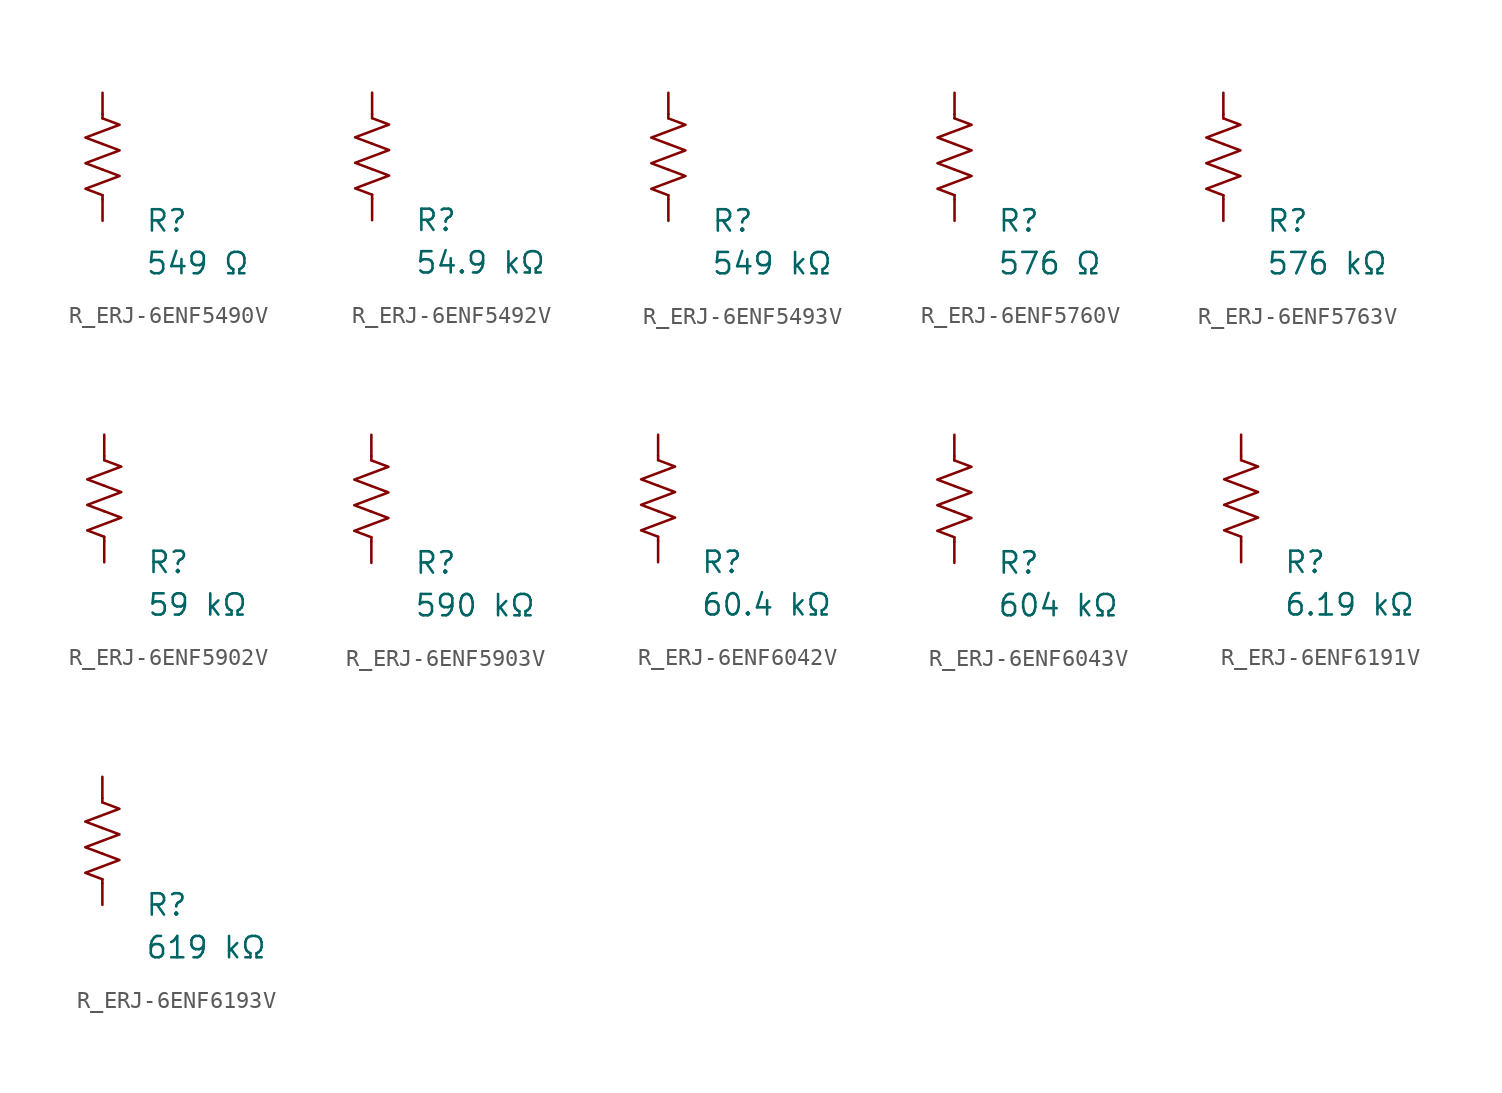
<source format=kicad_sym>
(kicad_symbol_lib
  (version 20231120)
  (generator "kicad_symbol_editor")
  (generator_version "8.0")
  (symbol "R_ERJ-6ENF5490V"
    (pin_numbers hide)
    (pin_names
      (offset 0))
    (property "Reference" "R"
      (at 2.54 -3.81 0)
      (effects (font (size 1.27 1.27)) (justify left))
      (show_name no))
    (property "Value" "549 Ω"
      (at 2.54 -6.35 0)
      (effects (font (size 1.27 1.27)) (justify left))
      (show_name no))
    (symbol "R_ERJ-6ENF5490V_0_1"
      (polyline (pts (xy 0 -2.286) (xy 0 -2.54)) (stroke (width 0) (type default)) (fill (type none)))
      (polyline (pts (xy 0 2.286) (xy 0 2.54)) (stroke (width 0) (type default)) (fill (type none)))
      (polyline (pts (xy 0 -0.762) (xy 1.016 -1.143) (xy 0 -1.524) (xy -1.016 -1.905) (xy 0 -2.286)) (stroke (width 0) (type default)) (fill (type none)))
      (polyline (pts (xy 0 0.762) (xy 1.016 0.381) (xy 0 0) (xy -1.016 -0.381) (xy 0 -0.762)) (stroke (width 0) (type default)) (fill (type none)))
      (polyline (pts (xy 0 2.286) (xy 1.016 1.905) (xy 0 1.524) (xy -1.016 1.143) (xy 0 0.762)) (stroke (width 0) (type default)) (fill (type none))))
    (symbol "R_ERJ-6ENF5490V_1_1"
      (pin passive line (at 0 3.81 270) (length 1.27) (name "~" (effects (font (size 1.27 1.27)))) (number "1" (effects (font (size 1.27 1.27)))))
      (pin passive line (at 0 -3.81 90) (length 1.27) (name "~" (effects (font (size 1.27 1.27)))) (number "2" (effects (font (size 1.27 1.27)))))))
  (symbol "R_ERJ-6ENF5492V"
    (pin_numbers hide)
    (pin_names
      (offset 0))
    (property "Reference" "R"
      (at 2.54 -3.81 0)
      (effects (font (size 1.27 1.27)) (justify left))
      (show_name no))
    (property "Value" "54.9 kΩ"
      (at 2.54 -6.35 0)
      (effects (font (size 1.27 1.27)) (justify left))
      (show_name no))
    (symbol "R_ERJ-6ENF5492V_0_1"
      (polyline (pts (xy 0 -2.286) (xy 0 -2.54)) (stroke (width 0) (type default)) (fill (type none)))
      (polyline (pts (xy 0 2.286) (xy 0 2.54)) (stroke (width 0) (type default)) (fill (type none)))
      (polyline (pts (xy 0 -0.762) (xy 1.016 -1.143) (xy 0 -1.524) (xy -1.016 -1.905) (xy 0 -2.286)) (stroke (width 0) (type default)) (fill (type none)))
      (polyline (pts (xy 0 0.762) (xy 1.016 0.381) (xy 0 0) (xy -1.016 -0.381) (xy 0 -0.762)) (stroke (width 0) (type default)) (fill (type none)))
      (polyline (pts (xy 0 2.286) (xy 1.016 1.905) (xy 0 1.524) (xy -1.016 1.143) (xy 0 0.762)) (stroke (width 0) (type default)) (fill (type none))))
    (symbol "R_ERJ-6ENF5492V_1_1"
      (pin passive line (at 0 3.81 270) (length 1.27) (name "~" (effects (font (size 1.27 1.27)))) (number "1" (effects (font (size 1.27 1.27)))))
      (pin passive line (at 0 -3.81 90) (length 1.27) (name "~" (effects (font (size 1.27 1.27)))) (number "2" (effects (font (size 1.27 1.27)))))))
  (symbol "R_ERJ-6ENF5493V"
    (pin_numbers hide)
    (pin_names
      (offset 0))
    (property "Reference" "R"
      (at 2.54 -3.81 0)
      (effects (font (size 1.27 1.27)) (justify left))
      (show_name no))
    (property "Value" "549 kΩ"
      (at 2.54 -6.35 0)
      (effects (font (size 1.27 1.27)) (justify left))
      (show_name no))
    (symbol "R_ERJ-6ENF5493V_0_1"
      (polyline (pts (xy 0 -2.286) (xy 0 -2.54)) (stroke (width 0) (type default)) (fill (type none)))
      (polyline (pts (xy 0 2.286) (xy 0 2.54)) (stroke (width 0) (type default)) (fill (type none)))
      (polyline (pts (xy 0 -0.762) (xy 1.016 -1.143) (xy 0 -1.524) (xy -1.016 -1.905) (xy 0 -2.286)) (stroke (width 0) (type default)) (fill (type none)))
      (polyline (pts (xy 0 0.762) (xy 1.016 0.381) (xy 0 0) (xy -1.016 -0.381) (xy 0 -0.762)) (stroke (width 0) (type default)) (fill (type none)))
      (polyline (pts (xy 0 2.286) (xy 1.016 1.905) (xy 0 1.524) (xy -1.016 1.143) (xy 0 0.762)) (stroke (width 0) (type default)) (fill (type none))))
    (symbol "R_ERJ-6ENF5493V_1_1"
      (pin passive line (at 0 3.81 270) (length 1.27) (name "~" (effects (font (size 1.27 1.27)))) (number "1" (effects (font (size 1.27 1.27)))))
      (pin passive line (at 0 -3.81 90) (length 1.27) (name "~" (effects (font (size 1.27 1.27)))) (number "2" (effects (font (size 1.27 1.27)))))))
  (symbol "R_ERJ-6ENF5760V"
    (pin_numbers hide)
    (pin_names
      (offset 0))
    (property "Reference" "R"
      (at 2.54 -3.81 0)
      (effects (font (size 1.27 1.27)) (justify left))
      (show_name no))
    (property "Value" "576 Ω"
      (at 2.54 -6.35 0)
      (effects (font (size 1.27 1.27)) (justify left))
      (show_name no))
    (symbol "R_ERJ-6ENF5760V_0_1"
      (polyline (pts (xy 0 -2.286) (xy 0 -2.54)) (stroke (width 0) (type default)) (fill (type none)))
      (polyline (pts (xy 0 2.286) (xy 0 2.54)) (stroke (width 0) (type default)) (fill (type none)))
      (polyline (pts (xy 0 -0.762) (xy 1.016 -1.143) (xy 0 -1.524) (xy -1.016 -1.905) (xy 0 -2.286)) (stroke (width 0) (type default)) (fill (type none)))
      (polyline (pts (xy 0 0.762) (xy 1.016 0.381) (xy 0 0) (xy -1.016 -0.381) (xy 0 -0.762)) (stroke (width 0) (type default)) (fill (type none)))
      (polyline (pts (xy 0 2.286) (xy 1.016 1.905) (xy 0 1.524) (xy -1.016 1.143) (xy 0 0.762)) (stroke (width 0) (type default)) (fill (type none))))
    (symbol "R_ERJ-6ENF5760V_1_1"
      (pin passive line (at 0 3.81 270) (length 1.27) (name "~" (effects (font (size 1.27 1.27)))) (number "1" (effects (font (size 1.27 1.27)))))
      (pin passive line (at 0 -3.81 90) (length 1.27) (name "~" (effects (font (size 1.27 1.27)))) (number "2" (effects (font (size 1.27 1.27)))))))
  (symbol "R_ERJ-6ENF5763V"
    (pin_numbers hide)
    (pin_names
      (offset 0))
    (property "Reference" "R"
      (at 2.54 -3.81 0)
      (effects (font (size 1.27 1.27)) (justify left))
      (show_name no))
    (property "Value" "576 kΩ"
      (at 2.54 -6.35 0)
      (effects (font (size 1.27 1.27)) (justify left))
      (show_name no))
    (symbol "R_ERJ-6ENF5763V_0_1"
      (polyline (pts (xy 0 -2.286) (xy 0 -2.54)) (stroke (width 0) (type default)) (fill (type none)))
      (polyline (pts (xy 0 2.286) (xy 0 2.54)) (stroke (width 0) (type default)) (fill (type none)))
      (polyline (pts (xy 0 -0.762) (xy 1.016 -1.143) (xy 0 -1.524) (xy -1.016 -1.905) (xy 0 -2.286)) (stroke (width 0) (type default)) (fill (type none)))
      (polyline (pts (xy 0 0.762) (xy 1.016 0.381) (xy 0 0) (xy -1.016 -0.381) (xy 0 -0.762)) (stroke (width 0) (type default)) (fill (type none)))
      (polyline (pts (xy 0 2.286) (xy 1.016 1.905) (xy 0 1.524) (xy -1.016 1.143) (xy 0 0.762)) (stroke (width 0) (type default)) (fill (type none))))
    (symbol "R_ERJ-6ENF5763V_1_1"
      (pin passive line (at 0 3.81 270) (length 1.27) (name "~" (effects (font (size 1.27 1.27)))) (number "1" (effects (font (size 1.27 1.27)))))
      (pin passive line (at 0 -3.81 90) (length 1.27) (name "~" (effects (font (size 1.27 1.27)))) (number "2" (effects (font (size 1.27 1.27)))))))
  (symbol "R_ERJ-6ENF5902V"
    (pin_numbers hide)
    (pin_names
      (offset 0))
    (property "Reference" "R"
      (at 2.54 -3.81 0)
      (effects (font (size 1.27 1.27)) (justify left))
      (show_name no))
    (property "Value" "59 kΩ"
      (at 2.54 -6.35 0)
      (effects (font (size 1.27 1.27)) (justify left))
      (show_name no))
    (symbol "R_ERJ-6ENF5902V_0_1"
      (polyline (pts (xy 0 -2.286) (xy 0 -2.54)) (stroke (width 0) (type default)) (fill (type none)))
      (polyline (pts (xy 0 2.286) (xy 0 2.54)) (stroke (width 0) (type default)) (fill (type none)))
      (polyline (pts (xy 0 -0.762) (xy 1.016 -1.143) (xy 0 -1.524) (xy -1.016 -1.905) (xy 0 -2.286)) (stroke (width 0) (type default)) (fill (type none)))
      (polyline (pts (xy 0 0.762) (xy 1.016 0.381) (xy 0 0) (xy -1.016 -0.381) (xy 0 -0.762)) (stroke (width 0) (type default)) (fill (type none)))
      (polyline (pts (xy 0 2.286) (xy 1.016 1.905) (xy 0 1.524) (xy -1.016 1.143) (xy 0 0.762)) (stroke (width 0) (type default)) (fill (type none))))
    (symbol "R_ERJ-6ENF5902V_1_1"
      (pin passive line (at 0 3.81 270) (length 1.27) (name "~" (effects (font (size 1.27 1.27)))) (number "1" (effects (font (size 1.27 1.27)))))
      (pin passive line (at 0 -3.81 90) (length 1.27) (name "~" (effects (font (size 1.27 1.27)))) (number "2" (effects (font (size 1.27 1.27)))))))
  (symbol "R_ERJ-6ENF5903V"
    (pin_numbers hide)
    (pin_names
      (offset 0))
    (property "Reference" "R"
      (at 2.54 -3.81 0)
      (effects (font (size 1.27 1.27)) (justify left))
      (show_name no))
    (property "Value" "590 kΩ"
      (at 2.54 -6.35 0)
      (effects (font (size 1.27 1.27)) (justify left))
      (show_name no))
    (symbol "R_ERJ-6ENF5903V_0_1"
      (polyline (pts (xy 0 -2.286) (xy 0 -2.54)) (stroke (width 0) (type default)) (fill (type none)))
      (polyline (pts (xy 0 2.286) (xy 0 2.54)) (stroke (width 0) (type default)) (fill (type none)))
      (polyline (pts (xy 0 -0.762) (xy 1.016 -1.143) (xy 0 -1.524) (xy -1.016 -1.905) (xy 0 -2.286)) (stroke (width 0) (type default)) (fill (type none)))
      (polyline (pts (xy 0 0.762) (xy 1.016 0.381) (xy 0 0) (xy -1.016 -0.381) (xy 0 -0.762)) (stroke (width 0) (type default)) (fill (type none)))
      (polyline (pts (xy 0 2.286) (xy 1.016 1.905) (xy 0 1.524) (xy -1.016 1.143) (xy 0 0.762)) (stroke (width 0) (type default)) (fill (type none))))
    (symbol "R_ERJ-6ENF5903V_1_1"
      (pin passive line (at 0 3.81 270) (length 1.27) (name "~" (effects (font (size 1.27 1.27)))) (number "1" (effects (font (size 1.27 1.27)))))
      (pin passive line (at 0 -3.81 90) (length 1.27) (name "~" (effects (font (size 1.27 1.27)))) (number "2" (effects (font (size 1.27 1.27)))))))
  (symbol "R_ERJ-6ENF6042V"
    (pin_numbers hide)
    (pin_names
      (offset 0))
    (property "Reference" "R"
      (at 2.54 -3.81 0)
      (effects (font (size 1.27 1.27)) (justify left))
      (show_name no))
    (property "Value" "60.4 kΩ"
      (at 2.54 -6.35 0)
      (effects (font (size 1.27 1.27)) (justify left))
      (show_name no))
    (symbol "R_ERJ-6ENF6042V_0_1"
      (polyline (pts (xy 0 -2.286) (xy 0 -2.54)) (stroke (width 0) (type default)) (fill (type none)))
      (polyline (pts (xy 0 2.286) (xy 0 2.54)) (stroke (width 0) (type default)) (fill (type none)))
      (polyline (pts (xy 0 -0.762) (xy 1.016 -1.143) (xy 0 -1.524) (xy -1.016 -1.905) (xy 0 -2.286)) (stroke (width 0) (type default)) (fill (type none)))
      (polyline (pts (xy 0 0.762) (xy 1.016 0.381) (xy 0 0) (xy -1.016 -0.381) (xy 0 -0.762)) (stroke (width 0) (type default)) (fill (type none)))
      (polyline (pts (xy 0 2.286) (xy 1.016 1.905) (xy 0 1.524) (xy -1.016 1.143) (xy 0 0.762)) (stroke (width 0) (type default)) (fill (type none))))
    (symbol "R_ERJ-6ENF6042V_1_1"
      (pin passive line (at 0 3.81 270) (length 1.27) (name "~" (effects (font (size 1.27 1.27)))) (number "1" (effects (font (size 1.27 1.27)))))
      (pin passive line (at 0 -3.81 90) (length 1.27) (name "~" (effects (font (size 1.27 1.27)))) (number "2" (effects (font (size 1.27 1.27)))))))
  (symbol "R_ERJ-6ENF6043V"
    (pin_numbers hide)
    (pin_names
      (offset 0))
    (property "Reference" "R"
      (at 2.54 -3.81 0)
      (effects (font (size 1.27 1.27)) (justify left))
      (show_name no))
    (property "Value" "604 kΩ"
      (at 2.54 -6.35 0)
      (effects (font (size 1.27 1.27)) (justify left))
      (show_name no))
    (symbol "R_ERJ-6ENF6043V_0_1"
      (polyline (pts (xy 0 -2.286) (xy 0 -2.54)) (stroke (width 0) (type default)) (fill (type none)))
      (polyline (pts (xy 0 2.286) (xy 0 2.54)) (stroke (width 0) (type default)) (fill (type none)))
      (polyline (pts (xy 0 -0.762) (xy 1.016 -1.143) (xy 0 -1.524) (xy -1.016 -1.905) (xy 0 -2.286)) (stroke (width 0) (type default)) (fill (type none)))
      (polyline (pts (xy 0 0.762) (xy 1.016 0.381) (xy 0 0) (xy -1.016 -0.381) (xy 0 -0.762)) (stroke (width 0) (type default)) (fill (type none)))
      (polyline (pts (xy 0 2.286) (xy 1.016 1.905) (xy 0 1.524) (xy -1.016 1.143) (xy 0 0.762)) (stroke (width 0) (type default)) (fill (type none))))
    (symbol "R_ERJ-6ENF6043V_1_1"
      (pin passive line (at 0 3.81 270) (length 1.27) (name "~" (effects (font (size 1.27 1.27)))) (number "1" (effects (font (size 1.27 1.27)))))
      (pin passive line (at 0 -3.81 90) (length 1.27) (name "~" (effects (font (size 1.27 1.27)))) (number "2" (effects (font (size 1.27 1.27)))))))
  (symbol "R_ERJ-6ENF6191V"
    (pin_numbers hide)
    (pin_names
      (offset 0))
    (property "Reference" "R"
      (at 2.54 -3.81 0)
      (effects (font (size 1.27 1.27)) (justify left))
      (show_name no))
    (property "Value" "6.19 kΩ"
      (at 2.54 -6.35 0)
      (effects (font (size 1.27 1.27)) (justify left))
      (show_name no))
    (symbol "R_ERJ-6ENF6191V_0_1"
      (polyline (pts (xy 0 -2.286) (xy 0 -2.54)) (stroke (width 0) (type default)) (fill (type none)))
      (polyline (pts (xy 0 2.286) (xy 0 2.54)) (stroke (width 0) (type default)) (fill (type none)))
      (polyline (pts (xy 0 -0.762) (xy 1.016 -1.143) (xy 0 -1.524) (xy -1.016 -1.905) (xy 0 -2.286)) (stroke (width 0) (type default)) (fill (type none)))
      (polyline (pts (xy 0 0.762) (xy 1.016 0.381) (xy 0 0) (xy -1.016 -0.381) (xy 0 -0.762)) (stroke (width 0) (type default)) (fill (type none)))
      (polyline (pts (xy 0 2.286) (xy 1.016 1.905) (xy 0 1.524) (xy -1.016 1.143) (xy 0 0.762)) (stroke (width 0) (type default)) (fill (type none))))
    (symbol "R_ERJ-6ENF6191V_1_1"
      (pin passive line (at 0 3.81 270) (length 1.27) (name "~" (effects (font (size 1.27 1.27)))) (number "1" (effects (font (size 1.27 1.27)))))
      (pin passive line (at 0 -3.81 90) (length 1.27) (name "~" (effects (font (size 1.27 1.27)))) (number "2" (effects (font (size 1.27 1.27)))))))
  (symbol "R_ERJ-6ENF6193V"
    (pin_numbers hide)
    (pin_names
      (offset 0))
    (property "Reference" "R"
      (at 2.54 -3.81 0)
      (effects (font (size 1.27 1.27)) (justify left))
      (show_name no))
    (property "Value" "619 kΩ"
      (at 2.54 -6.35 0)
      (effects (font (size 1.27 1.27)) (justify left))
      (show_name no))
    (symbol "R_ERJ-6ENF6193V_0_1"
      (polyline (pts (xy 0 -2.286) (xy 0 -2.54)) (stroke (width 0) (type default)) (fill (type none)))
      (polyline (pts (xy 0 2.286) (xy 0 2.54)) (stroke (width 0) (type default)) (fill (type none)))
      (polyline (pts (xy 0 -0.762) (xy 1.016 -1.143) (xy 0 -1.524) (xy -1.016 -1.905) (xy 0 -2.286)) (stroke (width 0) (type default)) (fill (type none)))
      (polyline (pts (xy 0 0.762) (xy 1.016 0.381) (xy 0 0) (xy -1.016 -0.381) (xy 0 -0.762)) (stroke (width 0) (type default)) (fill (type none)))
      (polyline (pts (xy 0 2.286) (xy 1.016 1.905) (xy 0 1.524) (xy -1.016 1.143) (xy 0 0.762)) (stroke (width 0) (type default)) (fill (type none))))
    (symbol "R_ERJ-6ENF6193V_1_1"
      (pin passive line (at 0 3.81 270) (length 1.27) (name "~" (effects (font (size 1.27 1.27)))) (number "1" (effects (font (size 1.27 1.27)))))
      (pin passive line (at 0 -3.81 90) (length 1.27) (name "~" (effects (font (size 1.27 1.27)))) (number "2" (effects (font (size 1.27 1.27))))))))
</source>
